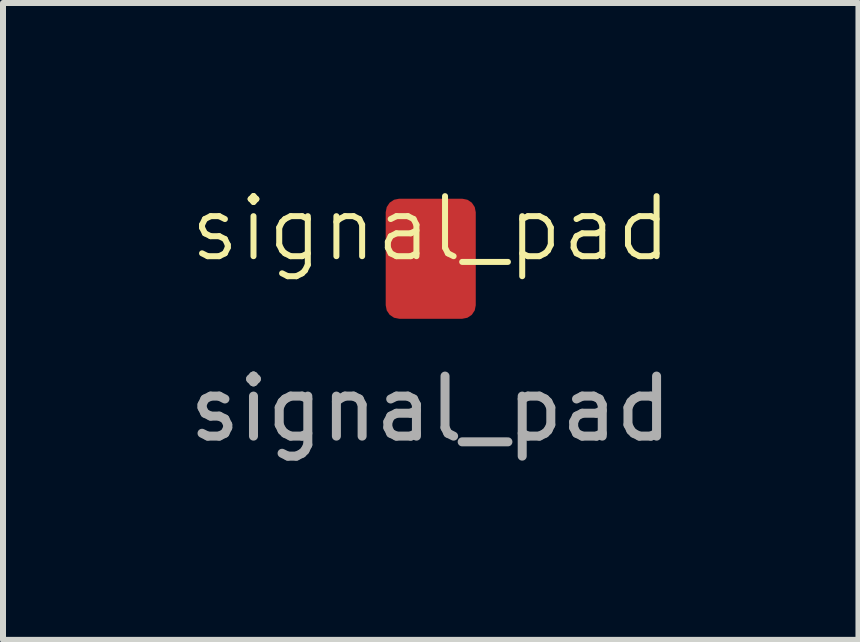
<source format=kicad_pcb>
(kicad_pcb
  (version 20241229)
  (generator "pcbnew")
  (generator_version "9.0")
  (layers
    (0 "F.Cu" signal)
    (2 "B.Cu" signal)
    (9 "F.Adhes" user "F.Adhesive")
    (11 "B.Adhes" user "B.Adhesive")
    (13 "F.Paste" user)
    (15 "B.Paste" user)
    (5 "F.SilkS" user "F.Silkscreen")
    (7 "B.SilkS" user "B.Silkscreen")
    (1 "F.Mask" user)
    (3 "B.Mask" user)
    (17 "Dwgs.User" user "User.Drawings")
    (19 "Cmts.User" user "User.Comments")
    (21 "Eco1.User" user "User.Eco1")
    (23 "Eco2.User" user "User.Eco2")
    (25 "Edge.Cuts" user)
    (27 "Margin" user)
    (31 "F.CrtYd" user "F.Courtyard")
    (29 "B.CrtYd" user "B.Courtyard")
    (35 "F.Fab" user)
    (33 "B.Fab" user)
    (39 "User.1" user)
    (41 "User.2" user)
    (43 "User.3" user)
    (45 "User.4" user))
  (footprint "signal_pad"
    (layer "F.Cu")
    (at 4.125 1.26)
    (property "Reference" "signal_pad" (at 0 -0.5 0) (unlocked yes) (layer "F.SilkS") (effects (font (size 1 1) (thickness 0.1))))
    (attr smd)
    (fp_text user "${REFERENCE}" (at 0 2.5 0) (unlocked yes) (layer "F.Fab") (effects (font (size 1 1) (thickness 0.15))))
    (pad "1" smd roundrect (at 0 0) (size 1.5 2) (layers "F.Cu" "F.Mask" "F.Paste") (roundrect_rratio 0.15)))
  (gr_rect
    (start -3 -3)
    (end 11.25 7.609)
    (stroke (width 0.1) (type default))
    (fill no)
    (layer "Edge.Cuts")))
</source>
